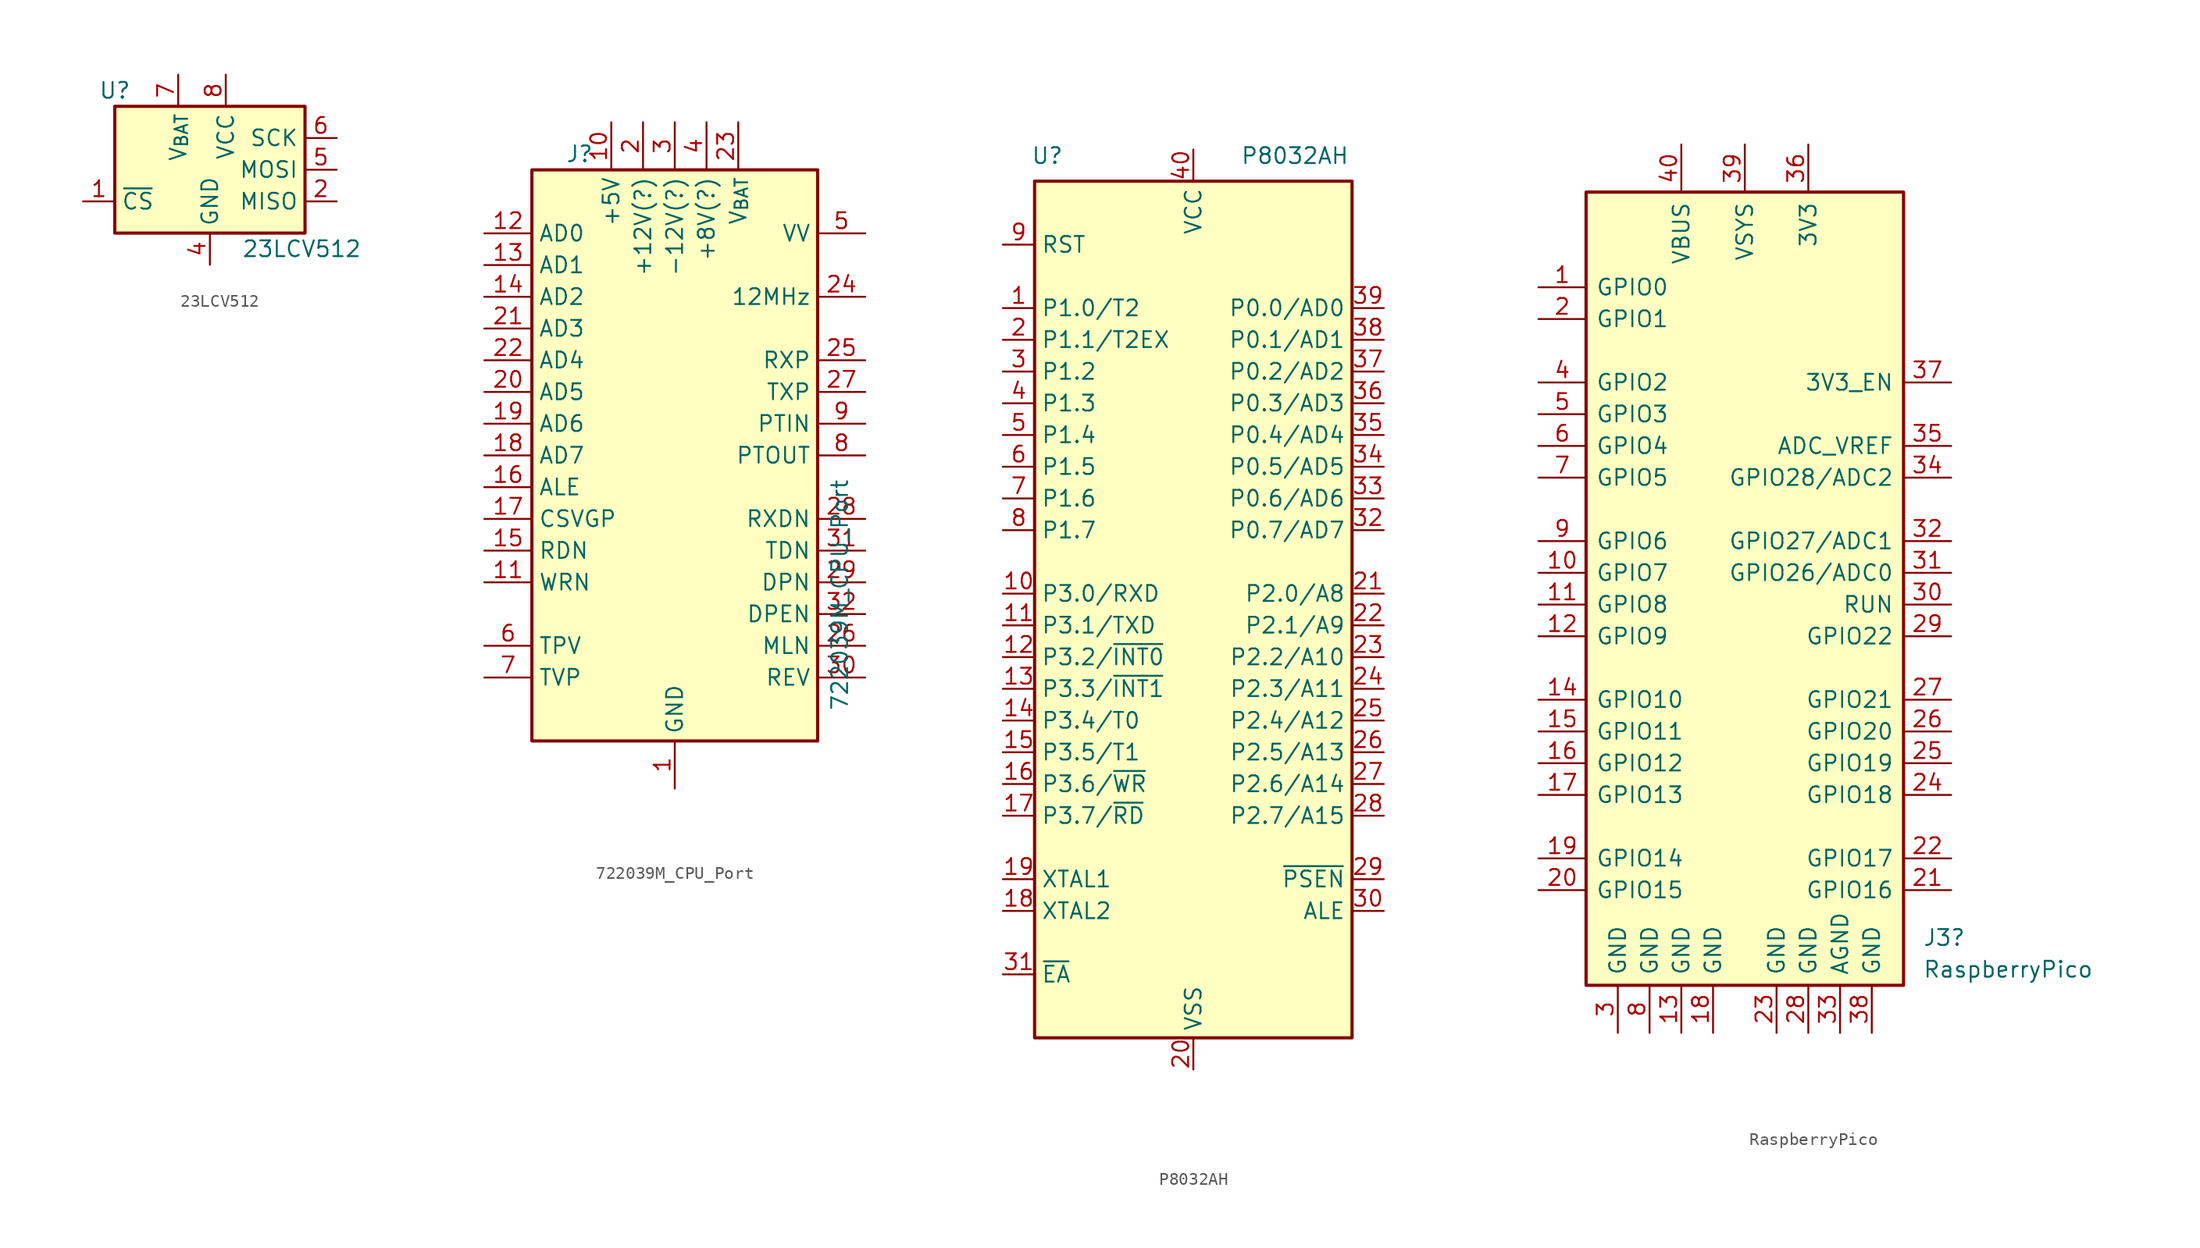
<source format=kicad_sym>
(kicad_symbol_lib
  (version 20241209)
  (generator "kicad_symbol_editor")
  (generator_version "9.0")
  (symbol "23LCV512"
    (property "Reference" "U"
      (at -7.62 6.35 0)
      (effects (font (size 1.27 1.27))))
    (property "Value" "23LCV512"
      (at 2.54 -6.35 0)
      (effects (font (size 1.27 1.27)) (justify left)))
    (symbol "23LCV512_1_1"
      (rectangle (start -7.62 5.08) (end 7.62 -5.08) (stroke (width 0.254) (type default)) (fill (type background)))
      (pin no_connect line (at -10.16 2.54 0) (length 2.54) (hide yes) (name "NC" (effects (font (size 1.27 1.27)))) (number "3" (effects (font (size 1.27 1.27)))))
      (pin passive line (at -10.16 -2.54 0) (length 2.54) (name "~{CS}" (effects (font (size 1.27 1.27)))) (number "1" (effects (font (size 1.27 1.27)))))
      (pin passive line (at -2.54 7.62 270) (length 2.54) (name "V_{BAT}" (effects (font (size 1.27 1.27)))) (number "7" (effects (font (size 1.27 1.27)))))
      (pin passive line (at 0 -7.62 90) (length 2.54) (name "GND" (effects (font (size 1.27 1.27)))) (number "4" (effects (font (size 1.27 1.27)))))
      (pin passive line (at 1.27 7.62 270) (length 2.54) (name "VCC" (effects (font (size 1.27 1.27)))) (number "8" (effects (font (size 1.27 1.27)))))
      (pin passive line (at 10.16 2.54 180) (length 2.54) (name "SCK" (effects (font (size 1.27 1.27)))) (number "6" (effects (font (size 1.27 1.27)))))
      (pin passive line (at 10.16 0 180) (length 2.54) (name "MOSI" (effects (font (size 1.27 1.27)))) (number "5" (effects (font (size 1.27 1.27)))))
      (pin passive line (at 10.16 -2.54 180) (length 2.54) (name "MISO" (effects (font (size 1.27 1.27)))) (number "2" (effects (font (size 1.27 1.27)))))))
  (symbol "722039M_CPU_Port"
    (property "Reference" "J"
      (at -7.62 24.13 0)
      (effects (font (size 1.27 1.27))))
    (property "Value" "722039M_CPU_Port"
      (at 13.208 -11.176 90)
      (effects (font (size 1.27 1.27))))
    (symbol "722039M_CPU_Port_0_1"
      (rectangle (start -11.43 22.86) (end 11.43 -22.86) (stroke (width 0.254) (type default)) (fill (type background))))
    (symbol "722039M_CPU_Port_1_1"
      (pin passive line (at -15.24 17.78 0) (length 3.81) (name "AD0" (effects (font (size 1.27 1.27)))) (number "12" (effects (font (size 1.27 1.27)))))
      (pin passive line (at -15.24 15.24 0) (length 3.81) (name "AD1" (effects (font (size 1.27 1.27)))) (number "13" (effects (font (size 1.27 1.27)))))
      (pin passive line (at -15.24 12.7 0) (length 3.81) (name "AD2" (effects (font (size 1.27 1.27)))) (number "14" (effects (font (size 1.27 1.27)))))
      (pin passive line (at -15.24 10.16 0) (length 3.81) (name "AD3" (effects (font (size 1.27 1.27)))) (number "21" (effects (font (size 1.27 1.27)))))
      (pin passive line (at -15.24 7.62 0) (length 3.81) (name "AD4" (effects (font (size 1.27 1.27)))) (number "22" (effects (font (size 1.27 1.27)))))
      (pin passive line (at -15.24 5.08 0) (length 3.81) (name "AD5" (effects (font (size 1.27 1.27)))) (number "20" (effects (font (size 1.27 1.27)))))
      (pin passive line (at -15.24 2.54 0) (length 3.81) (name "AD6" (effects (font (size 1.27 1.27)))) (number "19" (effects (font (size 1.27 1.27)))))
      (pin passive line (at -15.24 0 0) (length 3.81) (name "AD7" (effects (font (size 1.27 1.27)))) (number "18" (effects (font (size 1.27 1.27)))))
      (pin passive line (at -15.24 -2.54 0) (length 3.81) (name "ALE" (effects (font (size 1.27 1.27)))) (number "16" (effects (font (size 1.27 1.27)))))
      (pin passive line (at -15.24 -5.08 0) (length 3.81) (name "CSVGP" (effects (font (size 1.27 1.27)))) (number "17" (effects (font (size 1.27 1.27)))))
      (pin passive line (at -15.24 -7.62 0) (length 3.81) (name "RDN" (effects (font (size 1.27 1.27)))) (number "15" (effects (font (size 1.27 1.27)))))
      (pin passive line (at -15.24 -10.16 0) (length 3.81) (name "WRN" (effects (font (size 1.27 1.27)))) (number "11" (effects (font (size 1.27 1.27)))))
      (pin passive line (at -15.24 -15.24 0) (length 3.81) (name "TPV" (effects (font (size 1.27 1.27)))) (number "6" (effects (font (size 1.27 1.27)))))
      (pin passive line (at -15.24 -17.78 0) (length 3.81) (name "TVP" (effects (font (size 1.27 1.27)))) (number "7" (effects (font (size 1.27 1.27)))))
      (pin passive line (at -5.08 26.67 270) (length 3.81) (name "+5V" (effects (font (size 1.27 1.27)))) (number "10" (effects (font (size 1.27 1.27)))))
      (pin passive line (at -2.54 26.67 270) (length 3.81) (name "+12V(?)" (effects (font (size 1.27 1.27)))) (number "2" (effects (font (size 1.27 1.27)))))
      (pin passive line (at 0 26.67 270) (length 3.81) (name "-12V(?)" (effects (font (size 1.27 1.27)))) (number "3" (effects (font (size 1.27 1.27)))))
      (pin passive line (at 0 -26.67 90) (length 3.81) (name "GND" (effects (font (size 1.27 1.27)))) (number "1" (effects (font (size 1.27 1.27)))))
      (pin passive line (at 2.54 26.67 270) (length 3.81) (name "+8V(?)" (effects (font (size 1.27 1.27)))) (number "4" (effects (font (size 1.27 1.27)))))
      (pin passive line (at 5.08 26.67 270) (length 3.81) (name "V_{BAT}" (effects (font (size 1.27 1.27)))) (number "23" (effects (font (size 1.27 1.27)))))
      (pin passive line (at 15.24 17.78 180) (length 3.81) (name "VV" (effects (font (size 1.27 1.27)))) (number "5" (effects (font (size 1.27 1.27)))))
      (pin passive line (at 15.24 12.7 180) (length 3.81) (name "12MHz" (effects (font (size 1.27 1.27)))) (number "24" (effects (font (size 1.27 1.27)))))
      (pin passive line (at 15.24 7.62 180) (length 3.81) (name "RXP" (effects (font (size 1.27 1.27)))) (number "25" (effects (font (size 1.27 1.27)))))
      (pin passive line (at 15.24 5.08 180) (length 3.81) (name "TXP" (effects (font (size 1.27 1.27)))) (number "27" (effects (font (size 1.27 1.27)))))
      (pin passive line (at 15.24 2.54 180) (length 3.81) (name "PTIN" (effects (font (size 1.27 1.27)))) (number "9" (effects (font (size 1.27 1.27)))))
      (pin passive line (at 15.24 0 180) (length 3.81) (name "PTOUT" (effects (font (size 1.27 1.27)))) (number "8" (effects (font (size 1.27 1.27)))))
      (pin passive line (at 15.24 -5.08 180) (length 3.81) (name "RXDN" (effects (font (size 1.27 1.27)))) (number "28" (effects (font (size 1.27 1.27)))))
      (pin passive line (at 15.24 -7.62 180) (length 3.81) (name "TDN" (effects (font (size 1.27 1.27)))) (number "31" (effects (font (size 1.27 1.27)))))
      (pin passive line (at 15.24 -10.16 180) (length 3.81) (name "DPN" (effects (font (size 1.27 1.27)))) (number "29" (effects (font (size 1.27 1.27)))))
      (pin passive line (at 15.24 -12.7 180) (length 3.81) (name "DPEN" (effects (font (size 1.27 1.27)))) (number "32" (effects (font (size 1.27 1.27)))))
      (pin passive line (at 15.24 -15.24 180) (length 3.81) (name "MLN" (effects (font (size 1.27 1.27)))) (number "26" (effects (font (size 1.27 1.27)))))
      (pin passive line (at 15.24 -17.78 180) (length 3.81) (name "REV" (effects (font (size 1.27 1.27)))) (number "30" (effects (font (size 1.27 1.27)))))))
  (symbol "P8032AH"
    (property "Reference" "U"
      (at -11.684 35.052 0)
      (effects (font (size 1.27 1.27))))
    (property "Value" "P8032AH"
      (at 8.128 35.052 0)
      (effects (font (size 1.27 1.27))))
    (symbol "P8032AH_1_0"
      (pin bidirectional line (at -15.24 17.78 0) (length 2.54) (name "P1.2" (effects (font (size 1.27 1.27)))) (number "3" (effects (font (size 1.27 1.27))))))
    (symbol "P8032AH_1_1"
      (polyline (pts (xy -12.7 33.02) (xy 12.7 33.02) (xy 12.7 -35.56) (xy -12.7 -35.56) (xy -12.7 33.02)) (stroke (width 0.254) (type default)) (fill (type background)))
      (pin input line (at -15.24 27.94 0) (length 2.54) (name "RST" (effects (font (size 1.27 1.27)))) (number "9" (effects (font (size 1.27 1.27)))))
      (pin bidirectional line (at -15.24 22.86 0) (length 2.54) (name "P1.0/T2" (effects (font (size 1.27 1.27)))) (number "1" (effects (font (size 1.27 1.27)))))
      (pin bidirectional line (at -15.24 20.32 0) (length 2.54) (name "P1.1/T2EX" (effects (font (size 1.27 1.27)))) (number "2" (effects (font (size 1.27 1.27)))))
      (pin bidirectional line (at -15.24 15.24 0) (length 2.54) (name "P1.3" (effects (font (size 1.27 1.27)))) (number "4" (effects (font (size 1.27 1.27)))))
      (pin bidirectional line (at -15.24 12.7 0) (length 2.54) (name "P1.4" (effects (font (size 1.27 1.27)))) (number "5" (effects (font (size 1.27 1.27)))))
      (pin bidirectional line (at -15.24 10.16 0) (length 2.54) (name "P1.5" (effects (font (size 1.27 1.27)))) (number "6" (effects (font (size 1.27 1.27)))))
      (pin bidirectional line (at -15.24 7.62 0) (length 2.54) (name "P1.6" (effects (font (size 1.27 1.27)))) (number "7" (effects (font (size 1.27 1.27)))))
      (pin bidirectional line (at -15.24 5.08 0) (length 2.54) (name "P1.7" (effects (font (size 1.27 1.27)))) (number "8" (effects (font (size 1.27 1.27)))))
      (pin bidirectional line (at -15.24 0 0) (length 2.54) (name "P3.0/RXD" (effects (font (size 1.27 1.27)))) (number "10" (effects (font (size 1.27 1.27)))))
      (pin bidirectional line (at -15.24 -2.54 0) (length 2.54) (name "P3.1/TXD" (effects (font (size 1.27 1.27)))) (number "11" (effects (font (size 1.27 1.27)))))
      (pin bidirectional line (at -15.24 -5.08 0) (length 2.54) (name "P3.2/~{INT0}" (effects (font (size 1.27 1.27)))) (number "12" (effects (font (size 1.27 1.27)))))
      (pin bidirectional line (at -15.24 -7.62 0) (length 2.54) (name "P3.3/~{INT1}" (effects (font (size 1.27 1.27)))) (number "13" (effects (font (size 1.27 1.27)))))
      (pin bidirectional line (at -15.24 -10.16 0) (length 2.54) (name "P3.4/T0" (effects (font (size 1.27 1.27)))) (number "14" (effects (font (size 1.27 1.27)))))
      (pin bidirectional line (at -15.24 -12.7 0) (length 2.54) (name "P3.5/T1" (effects (font (size 1.27 1.27)))) (number "15" (effects (font (size 1.27 1.27)))))
      (pin bidirectional line (at -15.24 -15.24 0) (length 2.54) (name "P3.6/~{WR}" (effects (font (size 1.27 1.27)))) (number "16" (effects (font (size 1.27 1.27)))))
      (pin bidirectional line (at -15.24 -17.78 0) (length 2.54) (name "P3.7/~{RD}" (effects (font (size 1.27 1.27)))) (number "17" (effects (font (size 1.27 1.27)))))
      (pin input line (at -15.24 -22.86 0) (length 2.54) (name "XTAL1" (effects (font (size 1.27 1.27)))) (number "19" (effects (font (size 1.27 1.27)))))
      (pin output line (at -15.24 -25.4 0) (length 2.54) (name "XTAL2" (effects (font (size 1.27 1.27)))) (number "18" (effects (font (size 1.27 1.27)))))
      (pin input line (at -15.24 -30.48 0) (length 2.54) (name "~{EA}" (effects (font (size 1.27 1.27)))) (number "31" (effects (font (size 1.27 1.27)))))
      (pin power_in line (at 0 35.56 270) (length 2.54) (name "VCC" (effects (font (size 1.27 1.27)))) (number "40" (effects (font (size 1.27 1.27)))))
      (pin power_in line (at 0 -38.1 90) (length 2.54) (name "VSS" (effects (font (size 1.27 1.27)))) (number "20" (effects (font (size 1.27 1.27)))))
      (pin bidirectional line (at 15.24 22.86 180) (length 2.54) (name "P0.0/AD0" (effects (font (size 1.27 1.27)))) (number "39" (effects (font (size 1.27 1.27)))))
      (pin bidirectional line (at 15.24 20.32 180) (length 2.54) (name "P0.1/AD1" (effects (font (size 1.27 1.27)))) (number "38" (effects (font (size 1.27 1.27)))))
      (pin bidirectional line (at 15.24 17.78 180) (length 2.54) (name "P0.2/AD2" (effects (font (size 1.27 1.27)))) (number "37" (effects (font (size 1.27 1.27)))))
      (pin bidirectional line (at 15.24 15.24 180) (length 2.54) (name "P0.3/AD3" (effects (font (size 1.27 1.27)))) (number "36" (effects (font (size 1.27 1.27)))))
      (pin bidirectional line (at 15.24 12.7 180) (length 2.54) (name "P0.4/AD4" (effects (font (size 1.27 1.27)))) (number "35" (effects (font (size 1.27 1.27)))))
      (pin bidirectional line (at 15.24 10.16 180) (length 2.54) (name "P0.5/AD5" (effects (font (size 1.27 1.27)))) (number "34" (effects (font (size 1.27 1.27)))))
      (pin bidirectional line (at 15.24 7.62 180) (length 2.54) (name "P0.6/AD6" (effects (font (size 1.27 1.27)))) (number "33" (effects (font (size 1.27 1.27)))))
      (pin bidirectional line (at 15.24 5.08 180) (length 2.54) (name "P0.7/AD7" (effects (font (size 1.27 1.27)))) (number "32" (effects (font (size 1.27 1.27)))))
      (pin bidirectional line (at 15.24 0 180) (length 2.54) (name "P2.0/A8" (effects (font (size 1.27 1.27)))) (number "21" (effects (font (size 1.27 1.27)))))
      (pin bidirectional line (at 15.24 -2.54 180) (length 2.54) (name "P2.1/A9" (effects (font (size 1.27 1.27)))) (number "22" (effects (font (size 1.27 1.27)))))
      (pin bidirectional line (at 15.24 -5.08 180) (length 2.54) (name "P2.2/A10" (effects (font (size 1.27 1.27)))) (number "23" (effects (font (size 1.27 1.27)))))
      (pin bidirectional line (at 15.24 -7.62 180) (length 2.54) (name "P2.3/A11" (effects (font (size 1.27 1.27)))) (number "24" (effects (font (size 1.27 1.27)))))
      (pin bidirectional line (at 15.24 -10.16 180) (length 2.54) (name "P2.4/A12" (effects (font (size 1.27 1.27)))) (number "25" (effects (font (size 1.27 1.27)))))
      (pin bidirectional line (at 15.24 -12.7 180) (length 2.54) (name "P2.5/A13" (effects (font (size 1.27 1.27)))) (number "26" (effects (font (size 1.27 1.27)))))
      (pin bidirectional line (at 15.24 -15.24 180) (length 2.54) (name "P2.6/A14" (effects (font (size 1.27 1.27)))) (number "27" (effects (font (size 1.27 1.27)))))
      (pin bidirectional line (at 15.24 -17.78 180) (length 2.54) (name "P2.7/A15" (effects (font (size 1.27 1.27)))) (number "28" (effects (font (size 1.27 1.27)))))
      (pin output line (at 15.24 -22.86 180) (length 2.54) (name "~{PSEN}" (effects (font (size 1.27 1.27)))) (number "29" (effects (font (size 1.27 1.27)))))
      (pin output line (at 15.24 -25.4 180) (length 2.54) (name "ALE" (effects (font (size 1.27 1.27)))) (number "30" (effects (font (size 1.27 1.27)))))))
  (symbol "RaspberryPico"
    (pin_names
      (offset 0.762))
    (property "Reference" "J3"
      (at 14.224 -27.94 0)
      (effects (font (size 1.27 1.27)) (justify left)))
    (property "Value" "RaspberryPico"
      (at 14.224 -30.48 0)
      (effects (font (size 1.27 1.27)) (justify left)))
    (symbol "RaspberryPico_0_1"
      (rectangle (start -12.7 31.75) (end 12.7 -31.75) (stroke (width 0.254) (type default)) (fill (type background))))
    (symbol "RaspberryPico_1_1"
      (pin passive line (at -16.51 24.13 0) (length 3.81) (name "GPIO0" (effects (font (size 1.27 1.27)))) (number "1" (effects (font (size 1.27 1.27)))))
      (pin passive line (at -16.51 21.59 0) (length 3.81) (name "GPIO1" (effects (font (size 1.27 1.27)))) (number "2" (effects (font (size 1.27 1.27)))))
      (pin passive line (at -16.51 16.51 0) (length 3.81) (name "GPIO2" (effects (font (size 1.27 1.27)))) (number "4" (effects (font (size 1.27 1.27)))))
      (pin passive line (at -16.51 13.97 0) (length 3.81) (name "GPIO3" (effects (font (size 1.27 1.27)))) (number "5" (effects (font (size 1.27 1.27)))))
      (pin passive line (at -16.51 11.43 0) (length 3.81) (name "GPIO4" (effects (font (size 1.27 1.27)))) (number "6" (effects (font (size 1.27 1.27)))))
      (pin passive line (at -16.51 8.89 0) (length 3.81) (name "GPIO5" (effects (font (size 1.27 1.27)))) (number "7" (effects (font (size 1.27 1.27)))))
      (pin passive line (at -16.51 3.81 0) (length 3.81) (name "GPIO6" (effects (font (size 1.27 1.27)))) (number "9" (effects (font (size 1.27 1.27)))))
      (pin passive line (at -16.51 1.27 0) (length 3.81) (name "GPIO7" (effects (font (size 1.27 1.27)))) (number "10" (effects (font (size 1.27 1.27)))))
      (pin passive line (at -16.51 -1.27 0) (length 3.81) (name "GPIO8" (effects (font (size 1.27 1.27)))) (number "11" (effects (font (size 1.27 1.27)))))
      (pin passive line (at -16.51 -3.81 0) (length 3.81) (name "GPIO9" (effects (font (size 1.27 1.27)))) (number "12" (effects (font (size 1.27 1.27)))))
      (pin passive line (at -16.51 -8.89 0) (length 3.81) (name "GPIO10" (effects (font (size 1.27 1.27)))) (number "14" (effects (font (size 1.27 1.27)))))
      (pin passive line (at -16.51 -11.43 0) (length 3.81) (name "GPIO11" (effects (font (size 1.27 1.27)))) (number "15" (effects (font (size 1.27 1.27)))))
      (pin passive line (at -16.51 -13.97 0) (length 3.81) (name "GPIO12" (effects (font (size 1.27 1.27)))) (number "16" (effects (font (size 1.27 1.27)))))
      (pin passive line (at -16.51 -16.51 0) (length 3.81) (name "GPIO13" (effects (font (size 1.27 1.27)))) (number "17" (effects (font (size 1.27 1.27)))))
      (pin passive line (at -16.51 -21.59 0) (length 3.81) (name "GPIO14" (effects (font (size 1.27 1.27)))) (number "19" (effects (font (size 1.27 1.27)))))
      (pin passive line (at -16.51 -24.13 0) (length 3.81) (name "GPIO15" (effects (font (size 1.27 1.27)))) (number "20" (effects (font (size 1.27 1.27)))))
      (pin passive line (at -10.16 -35.56 90) (length 3.81) (name "GND" (effects (font (size 1.27 1.27)))) (number "3" (effects (font (size 1.27 1.27)))))
      (pin passive line (at -7.62 -35.56 90) (length 3.81) (name "GND" (effects (font (size 1.27 1.27)))) (number "8" (effects (font (size 1.27 1.27)))))
      (pin passive line (at -5.08 35.56 270) (length 3.81) (name "VBUS" (effects (font (size 1.27 1.27)))) (number "40" (effects (font (size 1.27 1.27)))))
      (pin passive line (at -5.08 -35.56 90) (length 3.81) (name "GND" (effects (font (size 1.27 1.27)))) (number "13" (effects (font (size 1.27 1.27)))))
      (pin passive line (at -2.54 -35.56 90) (length 3.81) (name "GND" (effects (font (size 1.27 1.27)))) (number "18" (effects (font (size 1.27 1.27)))))
      (pin passive line (at 0 35.56 270) (length 3.81) (name "VSYS" (effects (font (size 1.27 1.27)))) (number "39" (effects (font (size 1.27 1.27)))))
      (pin passive line (at 2.54 -35.56 90) (length 3.81) (name "GND" (effects (font (size 1.27 1.27)))) (number "23" (effects (font (size 1.27 1.27)))))
      (pin passive line (at 5.08 35.56 270) (length 3.81) (name "3V3" (effects (font (size 1.27 1.27)))) (number "36" (effects (font (size 1.27 1.27)))))
      (pin passive line (at 5.08 -35.56 90) (length 3.81) (name "GND" (effects (font (size 1.27 1.27)))) (number "28" (effects (font (size 1.27 1.27)))))
      (pin passive line (at 7.62 -35.56 90) (length 3.81) (name "AGND" (effects (font (size 1.27 1.27)))) (number "33" (effects (font (size 1.27 1.27)))))
      (pin passive line (at 10.16 -35.56 90) (length 3.81) (name "GND" (effects (font (size 1.27 1.27)))) (number "38" (effects (font (size 1.27 1.27)))))
      (pin passive line (at 16.51 16.51 180) (length 3.81) (name "3V3_EN" (effects (font (size 1.27 1.27)))) (number "37" (effects (font (size 1.27 1.27)))))
      (pin passive line (at 16.51 11.43 180) (length 3.81) (name "ADC_VREF" (effects (font (size 1.27 1.27)))) (number "35" (effects (font (size 1.27 1.27)))))
      (pin passive line (at 16.51 8.89 180) (length 3.81) (name "GPIO28/ADC2" (effects (font (size 1.27 1.27)))) (number "34" (effects (font (size 1.27 1.27)))))
      (pin passive line (at 16.51 3.81 180) (length 3.81) (name "GPIO27/ADC1" (effects (font (size 1.27 1.27)))) (number "32" (effects (font (size 1.27 1.27)))))
      (pin passive line (at 16.51 1.27 180) (length 3.81) (name "GPIO26/ADC0" (effects (font (size 1.27 1.27)))) (number "31" (effects (font (size 1.27 1.27)))))
      (pin passive line (at 16.51 -1.27 180) (length 3.81) (name "RUN" (effects (font (size 1.27 1.27)))) (number "30" (effects (font (size 1.27 1.27)))))
      (pin passive line (at 16.51 -3.81 180) (length 3.81) (name "GPIO22" (effects (font (size 1.27 1.27)))) (number "29" (effects (font (size 1.27 1.27)))))
      (pin passive line (at 16.51 -8.89 180) (length 3.81) (name "GPIO21" (effects (font (size 1.27 1.27)))) (number "27" (effects (font (size 1.27 1.27)))))
      (pin passive line (at 16.51 -11.43 180) (length 3.81) (name "GPIO20" (effects (font (size 1.27 1.27)))) (number "26" (effects (font (size 1.27 1.27)))))
      (pin passive line (at 16.51 -13.97 180) (length 3.81) (name "GPIO19" (effects (font (size 1.27 1.27)))) (number "25" (effects (font (size 1.27 1.27)))))
      (pin passive line (at 16.51 -16.51 180) (length 3.81) (name "GPIO18" (effects (font (size 1.27 1.27)))) (number "24" (effects (font (size 1.27 1.27)))))
      (pin passive line (at 16.51 -21.59 180) (length 3.81) (name "GPIO17" (effects (font (size 1.27 1.27)))) (number "22" (effects (font (size 1.27 1.27)))))
      (pin passive line (at 16.51 -24.13 180) (length 3.81) (name "GPIO16" (effects (font (size 1.27 1.27)))) (number "21" (effects (font (size 1.27 1.27))))))))
</source>
